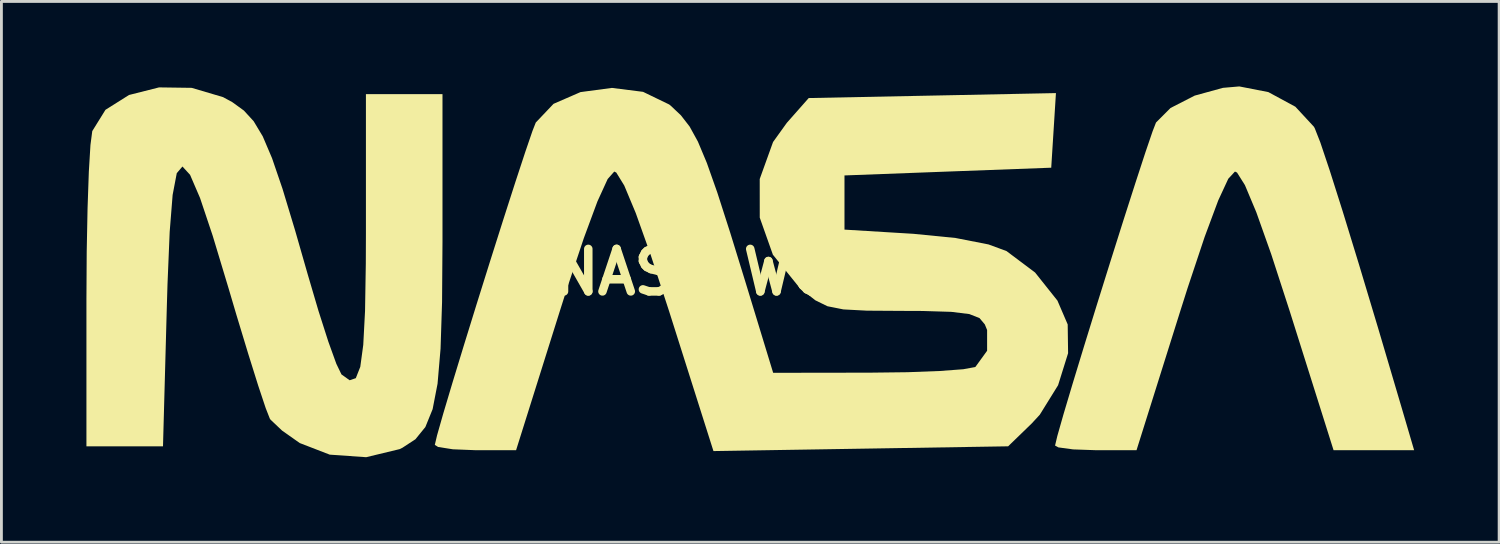
<source format=kicad_pcb>
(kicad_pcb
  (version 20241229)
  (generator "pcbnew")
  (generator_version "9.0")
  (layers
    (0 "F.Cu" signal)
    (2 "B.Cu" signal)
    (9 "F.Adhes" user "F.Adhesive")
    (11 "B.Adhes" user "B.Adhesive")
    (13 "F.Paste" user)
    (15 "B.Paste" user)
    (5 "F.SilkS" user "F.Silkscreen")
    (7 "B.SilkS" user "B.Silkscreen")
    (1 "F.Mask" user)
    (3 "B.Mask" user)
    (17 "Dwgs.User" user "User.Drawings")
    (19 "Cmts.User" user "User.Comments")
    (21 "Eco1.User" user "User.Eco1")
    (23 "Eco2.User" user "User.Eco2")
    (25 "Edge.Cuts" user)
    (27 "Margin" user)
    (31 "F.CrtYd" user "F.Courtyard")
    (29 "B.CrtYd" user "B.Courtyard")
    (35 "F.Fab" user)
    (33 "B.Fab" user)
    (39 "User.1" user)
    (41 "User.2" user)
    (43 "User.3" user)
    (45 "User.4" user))
  (footprint "NASA_WORM"
    (layer "F.Cu")
    (at 23.103 6.555)
    (property "Reference" "NASA_WORM" (at 0 0 0) (layer "F.SilkS") (effects (font (size 1.5 1.5) (thickness 0.3))))
    (attr board_only exclude_from_pos_files exclude_from_bom)
    (fp_poly (pts (xy 18.606 -6.355) (xy 19.559 -5.839) (xy 20.215 -5.131) (xy 20.245 -5.075) (xy 20.44 -4.579) (xy 20.771 -3.592) (xy 21.229 -2.148) (xy 21.802 -0.28) (xy 22.48 1.976) (xy 23.252 4.587) (xy 23.329 4.848) (xy 23.75 6.282) (xy 22.329 6.282) (xy 20.907 6.282) (xy 19.357 1.366) (xy 18.706 -0.638) (xy 18.181 -2.115) (xy 17.779 -3.073) (xy 17.5 -3.516) (xy 17.427 -3.551) (xy 17.192 -3.297) (xy 16.837 -2.531) (xy 16.359 -1.248) (xy 15.757 0.557) (xy 15.5 1.366) (xy 13.954 6.282) (xy 12.516 6.282) (xy 11.717 6.254) (xy 11.196 6.183) (xy 11.079 6.119) (xy 11.158 5.784) (xy 11.374 5.024) (xy 11.699 3.935) (xy 12.103 2.61) (xy 12.556 1.145) (xy 13.029 -0.367) (xy 13.491 -1.829) (xy 13.914 -3.147) (xy 14.267 -4.227) (xy 14.522 -4.974) (xy 14.641 -5.281) (xy 15.154 -5.794) (xy 16.007 -6.231) (xy 17.003 -6.505) (xy 17.581 -6.555)) (stroke (width 0) (type solid)) (fill yes) (layer "F.SilkS"))
    (fp_poly (pts (xy -19.388 -6.505) (xy -18.282 -6.178) (xy -17.952 -5.998) (xy -17.547 -5.704) (xy -17.202 -5.328) (xy -16.881 -4.793) (xy -16.553 -4.023) (xy -16.183 -2.941) (xy -15.738 -1.47) (xy -15.288 0.097) (xy -14.914 1.366) (xy -14.567 2.449) (xy -14.284 3.233) (xy -14.104 3.606) (xy -14.1 3.61) (xy -13.814 3.814) (xy -13.597 3.74) (xy -13.439 3.34) (xy -13.334 2.566) (xy -13.271 1.368) (xy -13.244 -0.302) (xy -13.24 -1.382) (xy -13.24 -6.282) (xy -11.889 -6.282) (xy -10.538 -6.282) (xy -10.538 -1.065) (xy -10.553 1.054) (xy -10.606 2.698) (xy -10.712 3.935) (xy -10.886 4.834) (xy -11.142 5.464) (xy -11.493 5.896) (xy -11.955 6.198) (xy -12.05 6.244) (xy -13.231 6.529) (xy -14.517 6.439) (xy -15.575 6.03) (xy -16.198 5.591) (xy -16.605 5.206) (xy -16.632 5.166) (xy -16.776 4.799) (xy -17.041 4.004) (xy -17.394 2.878) (xy -17.807 1.517) (xy -18.087 0.57) (xy -18.646 -1.282) (xy -19.094 -2.619) (xy -19.446 -3.436) (xy -19.715 -3.729) (xy -19.915 -3.494) (xy -20.061 -2.727) (xy -20.165 -1.424) (xy -20.242 0.42) (xy -20.266 1.229) (xy -20.401 6.145) (xy -21.752 6.145) (xy -23.103 6.145) (xy -23.103 0.956) (xy -23.093 -0.723) (xy -23.063 -2.258) (xy -23.018 -3.546) (xy -22.961 -4.489) (xy -22.897 -4.979) (xy -22.431 -5.73) (xy -21.6 -6.253) (xy -20.54 -6.521)) (stroke (width 0) (type solid)) (fill yes) (layer "F.SilkS"))
    (fp_poly (pts (xy -3.46 -6.364) (xy -2.538 -5.918) (xy -2.472 -5.864) (xy -2.123 -5.534) (xy -1.818 -5.141) (xy -1.525 -4.609) (xy -1.21 -3.857) (xy -0.84 -2.81) (xy -0.383 -1.389) (xy 0.151 0.341) (xy 1.131 3.551) (xy 4.551 3.546) (xy 5.873 3.53) (xy 7.007 3.487) (xy 7.839 3.425) (xy 8.255 3.349) (xy 8.269 3.342) (xy 8.681 2.773) (xy 8.681 2.041) (xy 8.601 1.844) (xy 8.413 1.62) (xy 8.053 1.478) (xy 7.417 1.4) (xy 6.401 1.369) (xy 5.674 1.366) (xy 4.439 1.358) (xy 3.609 1.314) (xy 3.047 1.202) (xy 2.617 0.991) (xy 2.185 0.649) (xy 2.039 0.521) (xy 1.121 -0.617) (xy 0.658 -1.925) (xy 0.657 -3.289) (xy 1.127 -4.593) (xy 1.613 -5.27) (xy 2.386 -6.145) (xy 6.748 -6.232) (xy 11.11 -6.32) (xy 11.027 -5.003) (xy 10.944 -3.687) (xy 7.296 -3.551) (xy 3.648 -3.414) (xy 3.648 -2.458) (xy 3.648 -1.502) (xy 6.08 -1.354) (xy 7.565 -1.207) (xy 8.731 -0.979) (xy 9.366 -0.745) (xy 10.375 0.013) (xy 11.163 1.003) (xy 11.525 1.844) (xy 11.539 2.859) (xy 11.186 3.989) (xy 10.54 5.03) (xy 10.257 5.337) (xy 9.423 6.145) (xy 4.223 6.229) (xy -0.976 6.313) (xy -2.54 1.381) (xy -3.188 -0.601) (xy -3.717 -2.084) (xy -4.124 -3.058) (xy -4.405 -3.515) (xy -4.476 -3.551) (xy -4.709 -3.287) (xy -5.069 -2.5) (xy -5.551 -1.199) (xy -6.154 0.608) (xy -6.395 1.366) (xy -7.941 6.282) (xy -9.375 6.282) (xy -10.172 6.25) (xy -10.693 6.168) (xy -10.809 6.095) (xy -10.729 5.756) (xy -10.512 4.993) (xy -10.186 3.901) (xy -9.781 2.574) (xy -9.327 1.108) (xy -8.853 -0.403) (xy -8.39 -1.862) (xy -7.967 -3.177) (xy -7.614 -4.25) (xy -7.361 -4.988) (xy -7.246 -5.281) (xy -6.619 -5.941) (xy -5.668 -6.355) (xy -4.559 -6.503)) (stroke (width 0) (type solid)) (fill yes) (layer "F.SilkS")))
  (gr_rect
    (start -3 -3)
    (end 49.853 16.084)
    (stroke (width 0.1) (type default))
    (fill no)
    (layer "Edge.Cuts")))
</source>
